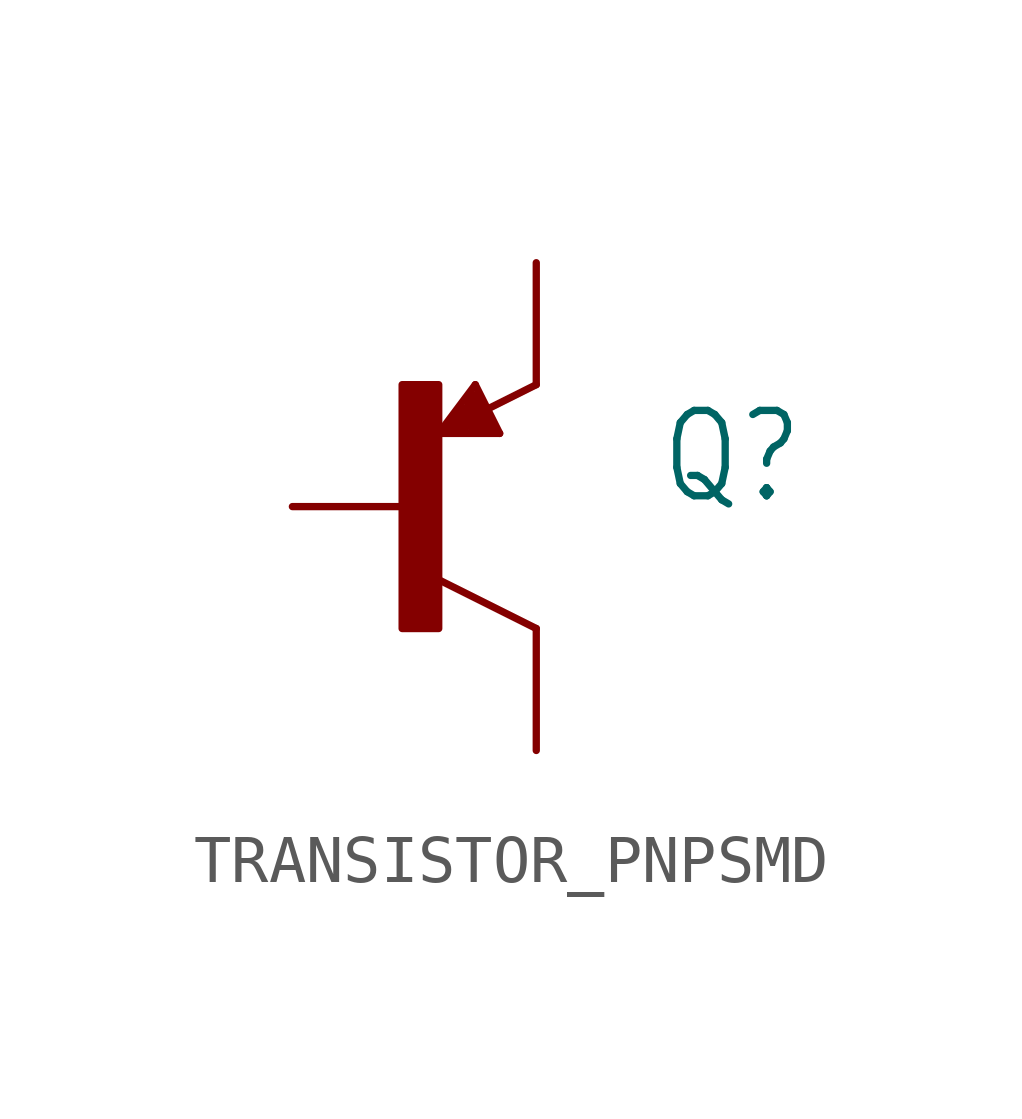
<source format=kicad_sym>
(kicad_symbol_lib
  (version 20220914)
  (generator kicad_symbol_editor)
  (symbol "TRANSISTOR_PNPSMD"
    (property "Reference" "Q"
      (at 5.08 0 0)
      (effects (font (size 1.778 1.511)) (justify left bottom)))
    (property "Value" ""
      (at 5.08 -2.54 0)
      (effects (font (size 1.778 1.511)) (justify left bottom)))
    (property "ki_locked" ""
      (at 0 0 0)
      (effects (font (size 1.27 1.27))))
    (symbol "TRANSISTOR_PNPSMD_1_0"
      (rectangle (start -0.254 -2.54) (end 0.508 2.54) (stroke (width 0) (type default)) (fill (type outline)))
      (polyline (pts (xy 0.508 -1.524) (xy 2.54 -2.54)) (stroke (width 0.152) (type solid)) (fill (type none)))
      (polyline (pts (xy 0.508 1.524) (xy 1.27 2.54)) (stroke (width 0.152) (type solid)) (fill (type none)))
      (polyline (pts (xy 0.813 1.778) (xy 0.889 1.626)) (stroke (width 0.203) (type solid)) (fill (type none)))
      (polyline (pts (xy 0.94 1.88) (xy 1.041 1.651)) (stroke (width 0.203) (type solid)) (fill (type none)))
      (polyline (pts (xy 1.016 2.032) (xy 1.219 1.626)) (stroke (width 0.203) (type solid)) (fill (type none)))
      (polyline (pts (xy 1.143 2.159) (xy 1.397 1.626)) (stroke (width 0.203) (type solid)) (fill (type none)))
      (polyline (pts (xy 1.219 2.311) (xy 1.575 1.626)) (stroke (width 0.203) (type solid)) (fill (type none)))
      (polyline (pts (xy 1.27 2.54) (xy 1.778 1.524)) (stroke (width 0.152) (type solid)) (fill (type none)))
      (polyline (pts (xy 1.778 1.524) (xy 0.508 1.524)) (stroke (width 0.152) (type solid)) (fill (type none)))
      (polyline (pts (xy 2.54 2.54) (xy 0.508 1.524)) (stroke (width 0.152) (type solid)) (fill (type none)))
      (pin passive line (at -2.54 0 0) (length 2.54) (name "B" (effects (font (size 0 0)))) (number "1" (effects (font (size 0 0)))))
      (pin passive line (at 2.54 5.08 270) (length 2.54) (name "E" (effects (font (size 0 0)))) (number "2" (effects (font (size 0 0)))))
      (pin passive line (at 2.54 -5.08 90) (length 2.54) (name "C" (effects (font (size 0 0)))) (number "3" (effects (font (size 0 0))))))))
</source>
